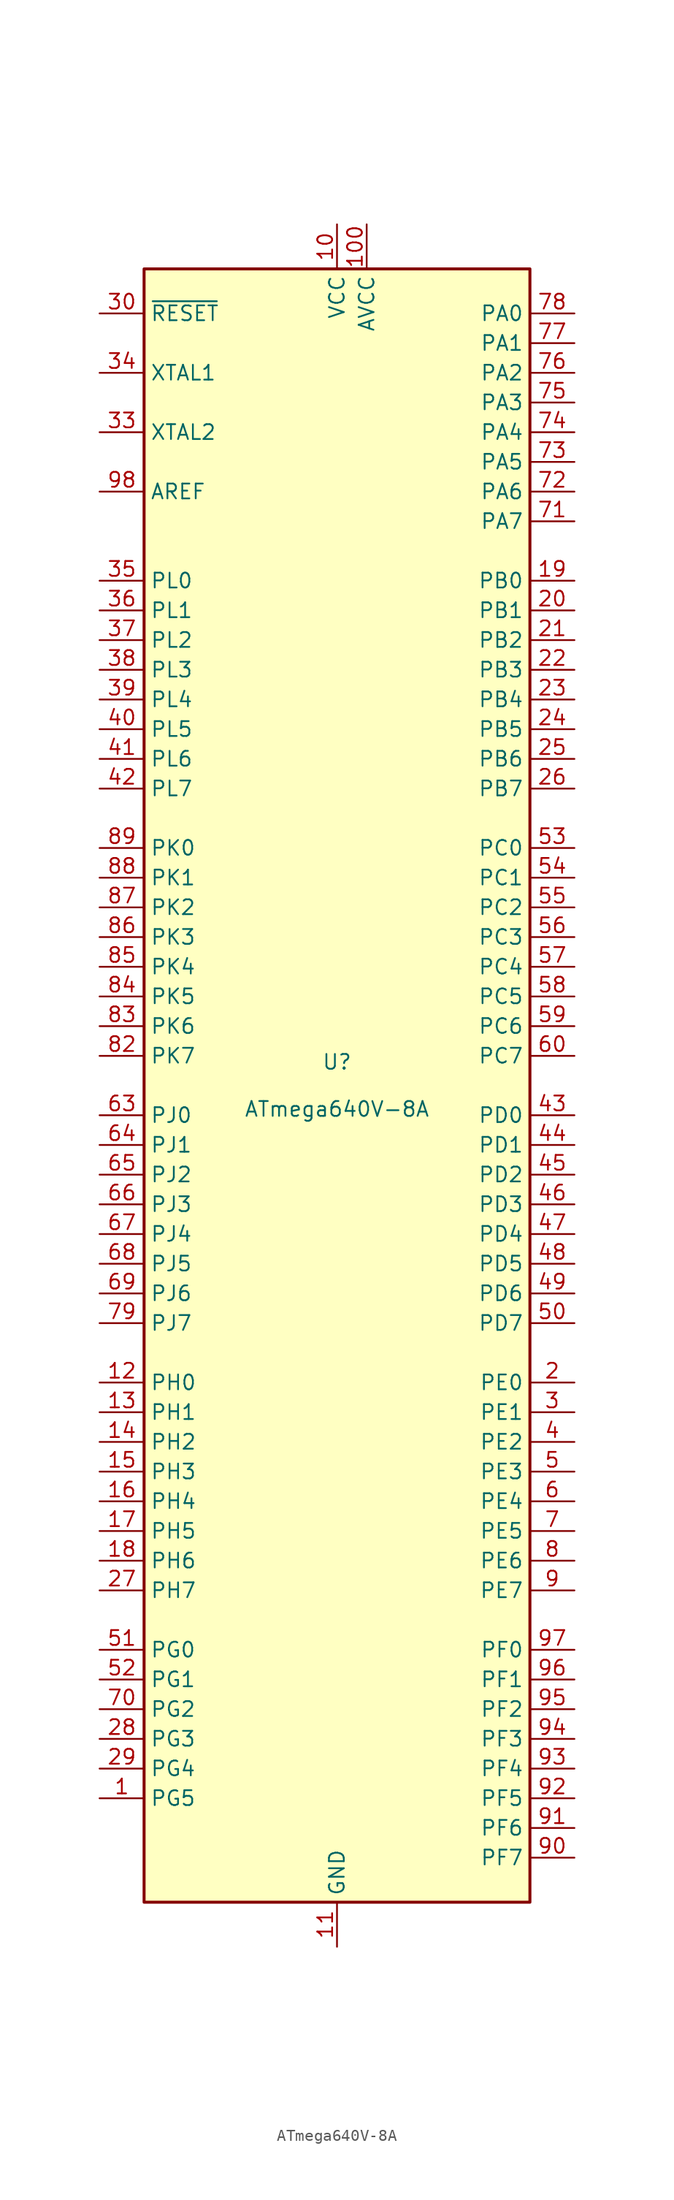
<source format=kicad_sym>
(kicad_symbol_lib
  (version 20220914)
  (generator kicad_symbol_editor)
  (symbol "ATmega640V-8A"
    (property "Reference" "U"
      (at 0 1.27 0)
      (effects (font (size 1.27 1.27)) (justify bottom)))
    (property "Value" "ATmega640V-8A"
      (at 0 -1.27 0)
      (effects (font (size 1.27 1.27)) (justify top)))
    (symbol "ATmega640V-8A_0_1"
      (rectangle (start -16.51 -69.85) (end 16.51 69.85) (stroke (width 0.254) (type default)) (fill (type background))))
    (symbol "ATmega640V-8A_1_1"
      (pin bidirectional line (at -20.32 -60.96 0) (length 3.81) (name "PG5" (effects (font (size 1.27 1.27)))) (number "1" (effects (font (size 1.27 1.27)))))
      (pin power_in line (at 0 73.66 270) (length 3.81) (name "VCC" (effects (font (size 1.27 1.27)))) (number "10" (effects (font (size 1.27 1.27)))))
      (pin power_in line (at 2.54 73.66 270) (length 3.81) (name "AVCC" (effects (font (size 1.27 1.27)))) (number "100" (effects (font (size 1.27 1.27)))))
      (pin power_in line (at 0 -73.66 90) (length 3.81) (name "GND" (effects (font (size 1.27 1.27)))) (number "11" (effects (font (size 1.27 1.27)))))
      (pin bidirectional line (at -20.32 -25.4 0) (length 3.81) (name "PH0" (effects (font (size 1.27 1.27)))) (number "12" (effects (font (size 1.27 1.27)))))
      (pin bidirectional line (at -20.32 -27.94 0) (length 3.81) (name "PH1" (effects (font (size 1.27 1.27)))) (number "13" (effects (font (size 1.27 1.27)))))
      (pin bidirectional line (at -20.32 -30.48 0) (length 3.81) (name "PH2" (effects (font (size 1.27 1.27)))) (number "14" (effects (font (size 1.27 1.27)))))
      (pin bidirectional line (at -20.32 -33.02 0) (length 3.81) (name "PH3" (effects (font (size 1.27 1.27)))) (number "15" (effects (font (size 1.27 1.27)))))
      (pin bidirectional line (at -20.32 -35.56 0) (length 3.81) (name "PH4" (effects (font (size 1.27 1.27)))) (number "16" (effects (font (size 1.27 1.27)))))
      (pin bidirectional line (at -20.32 -38.1 0) (length 3.81) (name "PH5" (effects (font (size 1.27 1.27)))) (number "17" (effects (font (size 1.27 1.27)))))
      (pin bidirectional line (at -20.32 -40.64 0) (length 3.81) (name "PH6" (effects (font (size 1.27 1.27)))) (number "18" (effects (font (size 1.27 1.27)))))
      (pin bidirectional line (at 20.32 43.18 180) (length 3.81) (name "PB0" (effects (font (size 1.27 1.27)))) (number "19" (effects (font (size 1.27 1.27)))))
      (pin bidirectional line (at 20.32 -25.4 180) (length 3.81) (name "PE0" (effects (font (size 1.27 1.27)))) (number "2" (effects (font (size 1.27 1.27)))))
      (pin bidirectional line (at 20.32 40.64 180) (length 3.81) (name "PB1" (effects (font (size 1.27 1.27)))) (number "20" (effects (font (size 1.27 1.27)))))
      (pin bidirectional line (at 20.32 38.1 180) (length 3.81) (name "PB2" (effects (font (size 1.27 1.27)))) (number "21" (effects (font (size 1.27 1.27)))))
      (pin bidirectional line (at 20.32 35.56 180) (length 3.81) (name "PB3" (effects (font (size 1.27 1.27)))) (number "22" (effects (font (size 1.27 1.27)))))
      (pin bidirectional line (at 20.32 33.02 180) (length 3.81) (name "PB4" (effects (font (size 1.27 1.27)))) (number "23" (effects (font (size 1.27 1.27)))))
      (pin bidirectional line (at 20.32 30.48 180) (length 3.81) (name "PB5" (effects (font (size 1.27 1.27)))) (number "24" (effects (font (size 1.27 1.27)))))
      (pin bidirectional line (at 20.32 27.94 180) (length 3.81) (name "PB6" (effects (font (size 1.27 1.27)))) (number "25" (effects (font (size 1.27 1.27)))))
      (pin bidirectional line (at 20.32 25.4 180) (length 3.81) (name "PB7" (effects (font (size 1.27 1.27)))) (number "26" (effects (font (size 1.27 1.27)))))
      (pin bidirectional line (at -20.32 -43.18 0) (length 3.81) (name "PH7" (effects (font (size 1.27 1.27)))) (number "27" (effects (font (size 1.27 1.27)))))
      (pin bidirectional line (at -20.32 -55.88 0) (length 3.81) (name "PG3" (effects (font (size 1.27 1.27)))) (number "28" (effects (font (size 1.27 1.27)))))
      (pin bidirectional line (at -20.32 -58.42 0) (length 3.81) (name "PG4" (effects (font (size 1.27 1.27)))) (number "29" (effects (font (size 1.27 1.27)))))
      (pin bidirectional line (at 20.32 -27.94 180) (length 3.81) (name "PE1" (effects (font (size 1.27 1.27)))) (number "3" (effects (font (size 1.27 1.27)))))
      (pin input line (at -20.32 66.04 0) (length 3.81) (name "~{RESET}" (effects (font (size 1.27 1.27)))) (number "30" (effects (font (size 1.27 1.27)))))
      (pin passive line (at 0 73.66 270) (length 3.81) hide (name "VCC" (effects (font (size 1.27 1.27)))) (number "31" (effects (font (size 1.27 1.27)))))
      (pin passive line (at 0 -73.66 90) (length 3.81) hide (name "GND" (effects (font (size 1.27 1.27)))) (number "32" (effects (font (size 1.27 1.27)))))
      (pin output line (at -20.32 55.88 0) (length 3.81) (name "XTAL2" (effects (font (size 1.27 1.27)))) (number "33" (effects (font (size 1.27 1.27)))))
      (pin input line (at -20.32 60.96 0) (length 3.81) (name "XTAL1" (effects (font (size 1.27 1.27)))) (number "34" (effects (font (size 1.27 1.27)))))
      (pin bidirectional line (at -20.32 43.18 0) (length 3.81) (name "PL0" (effects (font (size 1.27 1.27)))) (number "35" (effects (font (size 1.27 1.27)))))
      (pin bidirectional line (at -20.32 40.64 0) (length 3.81) (name "PL1" (effects (font (size 1.27 1.27)))) (number "36" (effects (font (size 1.27 1.27)))))
      (pin bidirectional line (at -20.32 38.1 0) (length 3.81) (name "PL2" (effects (font (size 1.27 1.27)))) (number "37" (effects (font (size 1.27 1.27)))))
      (pin bidirectional line (at -20.32 35.56 0) (length 3.81) (name "PL3" (effects (font (size 1.27 1.27)))) (number "38" (effects (font (size 1.27 1.27)))))
      (pin bidirectional line (at -20.32 33.02 0) (length 3.81) (name "PL4" (effects (font (size 1.27 1.27)))) (number "39" (effects (font (size 1.27 1.27)))))
      (pin bidirectional line (at 20.32 -30.48 180) (length 3.81) (name "PE2" (effects (font (size 1.27 1.27)))) (number "4" (effects (font (size 1.27 1.27)))))
      (pin bidirectional line (at -20.32 30.48 0) (length 3.81) (name "PL5" (effects (font (size 1.27 1.27)))) (number "40" (effects (font (size 1.27 1.27)))))
      (pin bidirectional line (at -20.32 27.94 0) (length 3.81) (name "PL6" (effects (font (size 1.27 1.27)))) (number "41" (effects (font (size 1.27 1.27)))))
      (pin bidirectional line (at -20.32 25.4 0) (length 3.81) (name "PL7" (effects (font (size 1.27 1.27)))) (number "42" (effects (font (size 1.27 1.27)))))
      (pin bidirectional line (at 20.32 -2.54 180) (length 3.81) (name "PD0" (effects (font (size 1.27 1.27)))) (number "43" (effects (font (size 1.27 1.27)))))
      (pin bidirectional line (at 20.32 -5.08 180) (length 3.81) (name "PD1" (effects (font (size 1.27 1.27)))) (number "44" (effects (font (size 1.27 1.27)))))
      (pin bidirectional line (at 20.32 -7.62 180) (length 3.81) (name "PD2" (effects (font (size 1.27 1.27)))) (number "45" (effects (font (size 1.27 1.27)))))
      (pin bidirectional line (at 20.32 -10.16 180) (length 3.81) (name "PD3" (effects (font (size 1.27 1.27)))) (number "46" (effects (font (size 1.27 1.27)))))
      (pin bidirectional line (at 20.32 -12.7 180) (length 3.81) (name "PD4" (effects (font (size 1.27 1.27)))) (number "47" (effects (font (size 1.27 1.27)))))
      (pin bidirectional line (at 20.32 -15.24 180) (length 3.81) (name "PD5" (effects (font (size 1.27 1.27)))) (number "48" (effects (font (size 1.27 1.27)))))
      (pin bidirectional line (at 20.32 -17.78 180) (length 3.81) (name "PD6" (effects (font (size 1.27 1.27)))) (number "49" (effects (font (size 1.27 1.27)))))
      (pin bidirectional line (at 20.32 -33.02 180) (length 3.81) (name "PE3" (effects (font (size 1.27 1.27)))) (number "5" (effects (font (size 1.27 1.27)))))
      (pin bidirectional line (at 20.32 -20.32 180) (length 3.81) (name "PD7" (effects (font (size 1.27 1.27)))) (number "50" (effects (font (size 1.27 1.27)))))
      (pin bidirectional line (at -20.32 -48.26 0) (length 3.81) (name "PG0" (effects (font (size 1.27 1.27)))) (number "51" (effects (font (size 1.27 1.27)))))
      (pin bidirectional line (at -20.32 -50.8 0) (length 3.81) (name "PG1" (effects (font (size 1.27 1.27)))) (number "52" (effects (font (size 1.27 1.27)))))
      (pin bidirectional line (at 20.32 20.32 180) (length 3.81) (name "PC0" (effects (font (size 1.27 1.27)))) (number "53" (effects (font (size 1.27 1.27)))))
      (pin bidirectional line (at 20.32 17.78 180) (length 3.81) (name "PC1" (effects (font (size 1.27 1.27)))) (number "54" (effects (font (size 1.27 1.27)))))
      (pin bidirectional line (at 20.32 15.24 180) (length 3.81) (name "PC2" (effects (font (size 1.27 1.27)))) (number "55" (effects (font (size 1.27 1.27)))))
      (pin bidirectional line (at 20.32 12.7 180) (length 3.81) (name "PC3" (effects (font (size 1.27 1.27)))) (number "56" (effects (font (size 1.27 1.27)))))
      (pin bidirectional line (at 20.32 10.16 180) (length 3.81) (name "PC4" (effects (font (size 1.27 1.27)))) (number "57" (effects (font (size 1.27 1.27)))))
      (pin bidirectional line (at 20.32 7.62 180) (length 3.81) (name "PC5" (effects (font (size 1.27 1.27)))) (number "58" (effects (font (size 1.27 1.27)))))
      (pin bidirectional line (at 20.32 5.08 180) (length 3.81) (name "PC6" (effects (font (size 1.27 1.27)))) (number "59" (effects (font (size 1.27 1.27)))))
      (pin bidirectional line (at 20.32 -35.56 180) (length 3.81) (name "PE4" (effects (font (size 1.27 1.27)))) (number "6" (effects (font (size 1.27 1.27)))))
      (pin bidirectional line (at 20.32 2.54 180) (length 3.81) (name "PC7" (effects (font (size 1.27 1.27)))) (number "60" (effects (font (size 1.27 1.27)))))
      (pin passive line (at 0 73.66 270) (length 3.81) hide (name "VCC" (effects (font (size 1.27 1.27)))) (number "61" (effects (font (size 1.27 1.27)))))
      (pin passive line (at 0 -73.66 90) (length 3.81) hide (name "GND" (effects (font (size 1.27 1.27)))) (number "62" (effects (font (size 1.27 1.27)))))
      (pin bidirectional line (at -20.32 -2.54 0) (length 3.81) (name "PJ0" (effects (font (size 1.27 1.27)))) (number "63" (effects (font (size 1.27 1.27)))))
      (pin bidirectional line (at -20.32 -5.08 0) (length 3.81) (name "PJ1" (effects (font (size 1.27 1.27)))) (number "64" (effects (font (size 1.27 1.27)))))
      (pin bidirectional line (at -20.32 -7.62 0) (length 3.81) (name "PJ2" (effects (font (size 1.27 1.27)))) (number "65" (effects (font (size 1.27 1.27)))))
      (pin bidirectional line (at -20.32 -10.16 0) (length 3.81) (name "PJ3" (effects (font (size 1.27 1.27)))) (number "66" (effects (font (size 1.27 1.27)))))
      (pin bidirectional line (at -20.32 -12.7 0) (length 3.81) (name "PJ4" (effects (font (size 1.27 1.27)))) (number "67" (effects (font (size 1.27 1.27)))))
      (pin bidirectional line (at -20.32 -15.24 0) (length 3.81) (name "PJ5" (effects (font (size 1.27 1.27)))) (number "68" (effects (font (size 1.27 1.27)))))
      (pin bidirectional line (at -20.32 -17.78 0) (length 3.81) (name "PJ6" (effects (font (size 1.27 1.27)))) (number "69" (effects (font (size 1.27 1.27)))))
      (pin bidirectional line (at 20.32 -38.1 180) (length 3.81) (name "PE5" (effects (font (size 1.27 1.27)))) (number "7" (effects (font (size 1.27 1.27)))))
      (pin bidirectional line (at -20.32 -53.34 0) (length 3.81) (name "PG2" (effects (font (size 1.27 1.27)))) (number "70" (effects (font (size 1.27 1.27)))))
      (pin bidirectional line (at 20.32 48.26 180) (length 3.81) (name "PA7" (effects (font (size 1.27 1.27)))) (number "71" (effects (font (size 1.27 1.27)))))
      (pin bidirectional line (at 20.32 50.8 180) (length 3.81) (name "PA6" (effects (font (size 1.27 1.27)))) (number "72" (effects (font (size 1.27 1.27)))))
      (pin bidirectional line (at 20.32 53.34 180) (length 3.81) (name "PA5" (effects (font (size 1.27 1.27)))) (number "73" (effects (font (size 1.27 1.27)))))
      (pin bidirectional line (at 20.32 55.88 180) (length 3.81) (name "PA4" (effects (font (size 1.27 1.27)))) (number "74" (effects (font (size 1.27 1.27)))))
      (pin bidirectional line (at 20.32 58.42 180) (length 3.81) (name "PA3" (effects (font (size 1.27 1.27)))) (number "75" (effects (font (size 1.27 1.27)))))
      (pin bidirectional line (at 20.32 60.96 180) (length 3.81) (name "PA2" (effects (font (size 1.27 1.27)))) (number "76" (effects (font (size 1.27 1.27)))))
      (pin bidirectional line (at 20.32 63.5 180) (length 3.81) (name "PA1" (effects (font (size 1.27 1.27)))) (number "77" (effects (font (size 1.27 1.27)))))
      (pin bidirectional line (at 20.32 66.04 180) (length 3.81) (name "PA0" (effects (font (size 1.27 1.27)))) (number "78" (effects (font (size 1.27 1.27)))))
      (pin bidirectional line (at -20.32 -20.32 0) (length 3.81) (name "PJ7" (effects (font (size 1.27 1.27)))) (number "79" (effects (font (size 1.27 1.27)))))
      (pin bidirectional line (at 20.32 -40.64 180) (length 3.81) (name "PE6" (effects (font (size 1.27 1.27)))) (number "8" (effects (font (size 1.27 1.27)))))
      (pin passive line (at 0 73.66 270) (length 3.81) hide (name "VCC" (effects (font (size 1.27 1.27)))) (number "80" (effects (font (size 1.27 1.27)))))
      (pin passive line (at 0 -73.66 90) (length 3.81) hide (name "GND" (effects (font (size 1.27 1.27)))) (number "81" (effects (font (size 1.27 1.27)))))
      (pin bidirectional line (at -20.32 2.54 0) (length 3.81) (name "PK7" (effects (font (size 1.27 1.27)))) (number "82" (effects (font (size 1.27 1.27)))))
      (pin bidirectional line (at -20.32 5.08 0) (length 3.81) (name "PK6" (effects (font (size 1.27 1.27)))) (number "83" (effects (font (size 1.27 1.27)))))
      (pin bidirectional line (at -20.32 7.62 0) (length 3.81) (name "PK5" (effects (font (size 1.27 1.27)))) (number "84" (effects (font (size 1.27 1.27)))))
      (pin bidirectional line (at -20.32 10.16 0) (length 3.81) (name "PK4" (effects (font (size 1.27 1.27)))) (number "85" (effects (font (size 1.27 1.27)))))
      (pin bidirectional line (at -20.32 12.7 0) (length 3.81) (name "PK3" (effects (font (size 1.27 1.27)))) (number "86" (effects (font (size 1.27 1.27)))))
      (pin bidirectional line (at -20.32 15.24 0) (length 3.81) (name "PK2" (effects (font (size 1.27 1.27)))) (number "87" (effects (font (size 1.27 1.27)))))
      (pin bidirectional line (at -20.32 17.78 0) (length 3.81) (name "PK1" (effects (font (size 1.27 1.27)))) (number "88" (effects (font (size 1.27 1.27)))))
      (pin bidirectional line (at -20.32 20.32 0) (length 3.81) (name "PK0" (effects (font (size 1.27 1.27)))) (number "89" (effects (font (size 1.27 1.27)))))
      (pin bidirectional line (at 20.32 -43.18 180) (length 3.81) (name "PE7" (effects (font (size 1.27 1.27)))) (number "9" (effects (font (size 1.27 1.27)))))
      (pin bidirectional line (at 20.32 -66.04 180) (length 3.81) (name "PF7" (effects (font (size 1.27 1.27)))) (number "90" (effects (font (size 1.27 1.27)))))
      (pin bidirectional line (at 20.32 -63.5 180) (length 3.81) (name "PF6" (effects (font (size 1.27 1.27)))) (number "91" (effects (font (size 1.27 1.27)))))
      (pin bidirectional line (at 20.32 -60.96 180) (length 3.81) (name "PF5" (effects (font (size 1.27 1.27)))) (number "92" (effects (font (size 1.27 1.27)))))
      (pin bidirectional line (at 20.32 -58.42 180) (length 3.81) (name "PF4" (effects (font (size 1.27 1.27)))) (number "93" (effects (font (size 1.27 1.27)))))
      (pin bidirectional line (at 20.32 -55.88 180) (length 3.81) (name "PF3" (effects (font (size 1.27 1.27)))) (number "94" (effects (font (size 1.27 1.27)))))
      (pin bidirectional line (at 20.32 -53.34 180) (length 3.81) (name "PF2" (effects (font (size 1.27 1.27)))) (number "95" (effects (font (size 1.27 1.27)))))
      (pin bidirectional line (at 20.32 -50.8 180) (length 3.81) (name "PF1" (effects (font (size 1.27 1.27)))) (number "96" (effects (font (size 1.27 1.27)))))
      (pin bidirectional line (at 20.32 -48.26 180) (length 3.81) (name "PF0" (effects (font (size 1.27 1.27)))) (number "97" (effects (font (size 1.27 1.27)))))
      (pin passive line (at -20.32 50.8 0) (length 3.81) (name "AREF" (effects (font (size 1.27 1.27)))) (number "98" (effects (font (size 1.27 1.27)))))
      (pin passive line (at 0 -73.66 90) (length 3.81) hide (name "GND" (effects (font (size 1.27 1.27)))) (number "99" (effects (font (size 1.27 1.27))))))))
</source>
